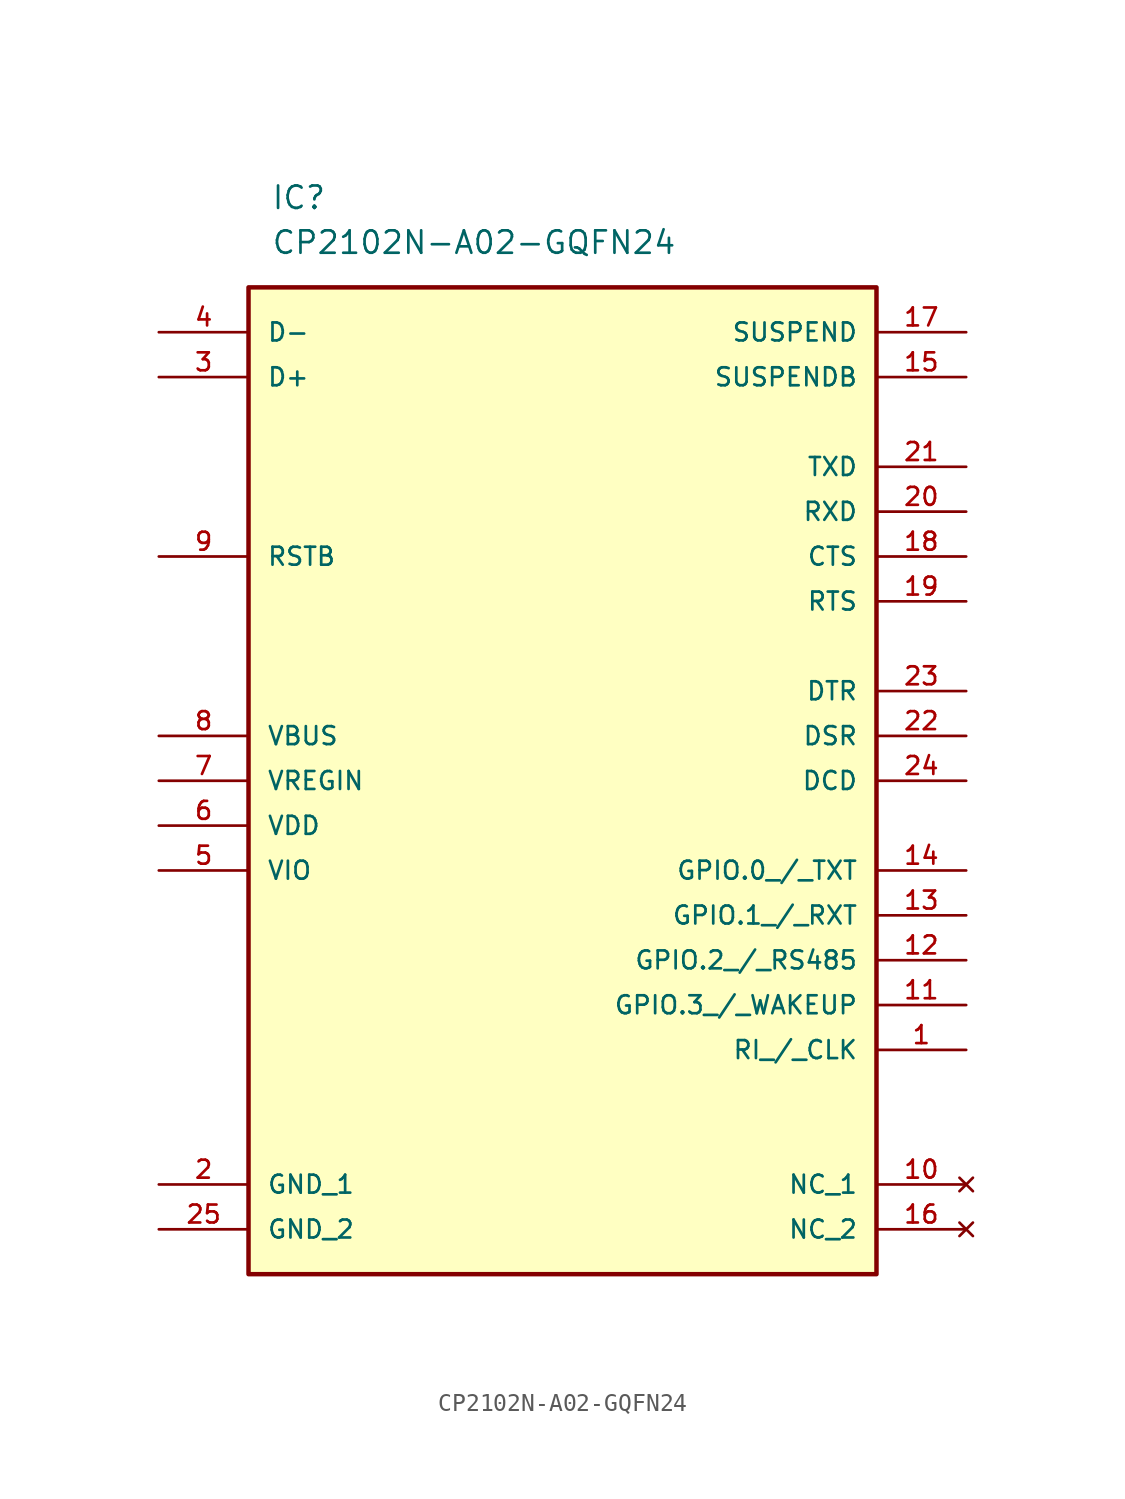
<source format=kicad_sym>
(kicad_symbol_lib
  (version 20211014)
  (generator kicad_symbol_editor)
  (symbol "CP2102N-A02-GQFN24"
    (pin_names
      (offset 1.016))
    (property "Reference" "IC"
      (at -16.51 30.48 0)
      (effects (font (size 1.27 1.27)) (justify left)))
    (property "Value" "CP2102N-A02-GQFN24"
      (at -16.51 27.94 0)
      (effects (font (size 1.27 1.27)) (justify left)))
    (symbol "CP2102N-A02-GQFN24_0_0"
      (rectangle (start -17.78 -30.48) (end 17.78 25.4) (stroke (width 0.254)) (fill (type background)))
      (pin bidirectional line (at 22.86 -17.78 180.0) (length 5.08) (name "RI_/_CLK" (effects (font (size 1.016 1.016)))) (number "1" (effects (font (size 1.016 1.016)))))
      (pin power_in line (at -22.86 -25.4 0) (length 5.08) (name "GND_1" (effects (font (size 1.016 1.016)))) (number "2" (effects (font (size 1.016 1.016)))))
      (pin bidirectional line (at -22.86 20.32 0) (length 5.08) (name "D+" (effects (font (size 1.016 1.016)))) (number "3" (effects (font (size 1.016 1.016)))))
      (pin bidirectional line (at -22.86 22.86 0) (length 5.08) (name "D-" (effects (font (size 1.016 1.016)))) (number "4" (effects (font (size 1.016 1.016)))))
      (pin power_in line (at -22.86 -7.62 0) (length 5.08) (name "VIO" (effects (font (size 1.016 1.016)))) (number "5" (effects (font (size 1.016 1.016)))))
      (pin power_in line (at -22.86 -5.08 0) (length 5.08) (name "VDD" (effects (font (size 1.016 1.016)))) (number "6" (effects (font (size 1.016 1.016)))))
      (pin power_in line (at -22.86 -2.54 0) (length 5.08) (name "VREGIN" (effects (font (size 1.016 1.016)))) (number "7" (effects (font (size 1.016 1.016)))))
      (pin power_in line (at -22.86 0.0 0) (length 5.08) (name "VBUS" (effects (font (size 1.016 1.016)))) (number "8" (effects (font (size 1.016 1.016)))))
      (pin bidirectional line (at -22.86 10.16 0) (length 5.08) (name "RSTB" (effects (font (size 1.016 1.016)))) (number "9" (effects (font (size 1.016 1.016)))))
      (pin no_connect line (at 22.86 -25.4 180.0) (length 5.08) (name "NC_1" (effects (font (size 1.016 1.016)))) (number "10" (effects (font (size 1.016 1.016)))))
      (pin bidirectional line (at 22.86 -15.24 180.0) (length 5.08) (name "GPIO.3_/_WAKEUP" (effects (font (size 1.016 1.016)))) (number "11" (effects (font (size 1.016 1.016)))))
      (pin bidirectional line (at 22.86 -12.7 180.0) (length 5.08) (name "GPIO.2_/_RS485" (effects (font (size 1.016 1.016)))) (number "12" (effects (font (size 1.016 1.016)))))
      (pin bidirectional line (at 22.86 10.16 180.0) (length 5.08) (name "CTS" (effects (font (size 1.016 1.016)))) (number "18" (effects (font (size 1.016 1.016)))))
      (pin output line (at 22.86 22.86 180.0) (length 5.08) (name "SUSPEND" (effects (font (size 1.016 1.016)))) (number "17" (effects (font (size 1.016 1.016)))))
      (pin no_connect line (at 22.86 -27.94 180.0) (length 5.08) (name "NC_2" (effects (font (size 1.016 1.016)))) (number "16" (effects (font (size 1.016 1.016)))))
      (pin output line (at 22.86 20.32 180.0) (length 5.08) (name "SUSPENDB" (effects (font (size 1.016 1.016)))) (number "15" (effects (font (size 1.016 1.016)))))
      (pin bidirectional line (at 22.86 -7.62 180.0) (length 5.08) (name "GPIO.0_/_TXT" (effects (font (size 1.016 1.016)))) (number "14" (effects (font (size 1.016 1.016)))))
      (pin bidirectional line (at 22.86 -10.16 180.0) (length 5.08) (name "GPIO.1_/_RXT" (effects (font (size 1.016 1.016)))) (number "13" (effects (font (size 1.016 1.016)))))
      (pin power_in line (at -22.86 -27.94 0) (length 5.08) (name "GND_2" (effects (font (size 1.016 1.016)))) (number "25" (effects (font (size 1.016 1.016)))))
      (pin bidirectional line (at 22.86 -2.54 180.0) (length 5.08) (name "DCD" (effects (font (size 1.016 1.016)))) (number "24" (effects (font (size 1.016 1.016)))))
      (pin bidirectional line (at 22.86 2.54 180.0) (length 5.08) (name "DTR" (effects (font (size 1.016 1.016)))) (number "23" (effects (font (size 1.016 1.016)))))
      (pin bidirectional line (at 22.86 0.0 180.0) (length 5.08) (name "DSR" (effects (font (size 1.016 1.016)))) (number "22" (effects (font (size 1.016 1.016)))))
      (pin output line (at 22.86 15.24 180.0) (length 5.08) (name "TXD" (effects (font (size 1.016 1.016)))) (number "21" (effects (font (size 1.016 1.016)))))
      (pin input line (at 22.86 12.7 180.0) (length 5.08) (name "RXD" (effects (font (size 1.016 1.016)))) (number "20" (effects (font (size 1.016 1.016)))))
      (pin output line (at 22.86 7.62 180.0) (length 5.08) (name "RTS" (effects (font (size 1.016 1.016)))) (number "19" (effects (font (size 1.016 1.016))))))))
</source>
